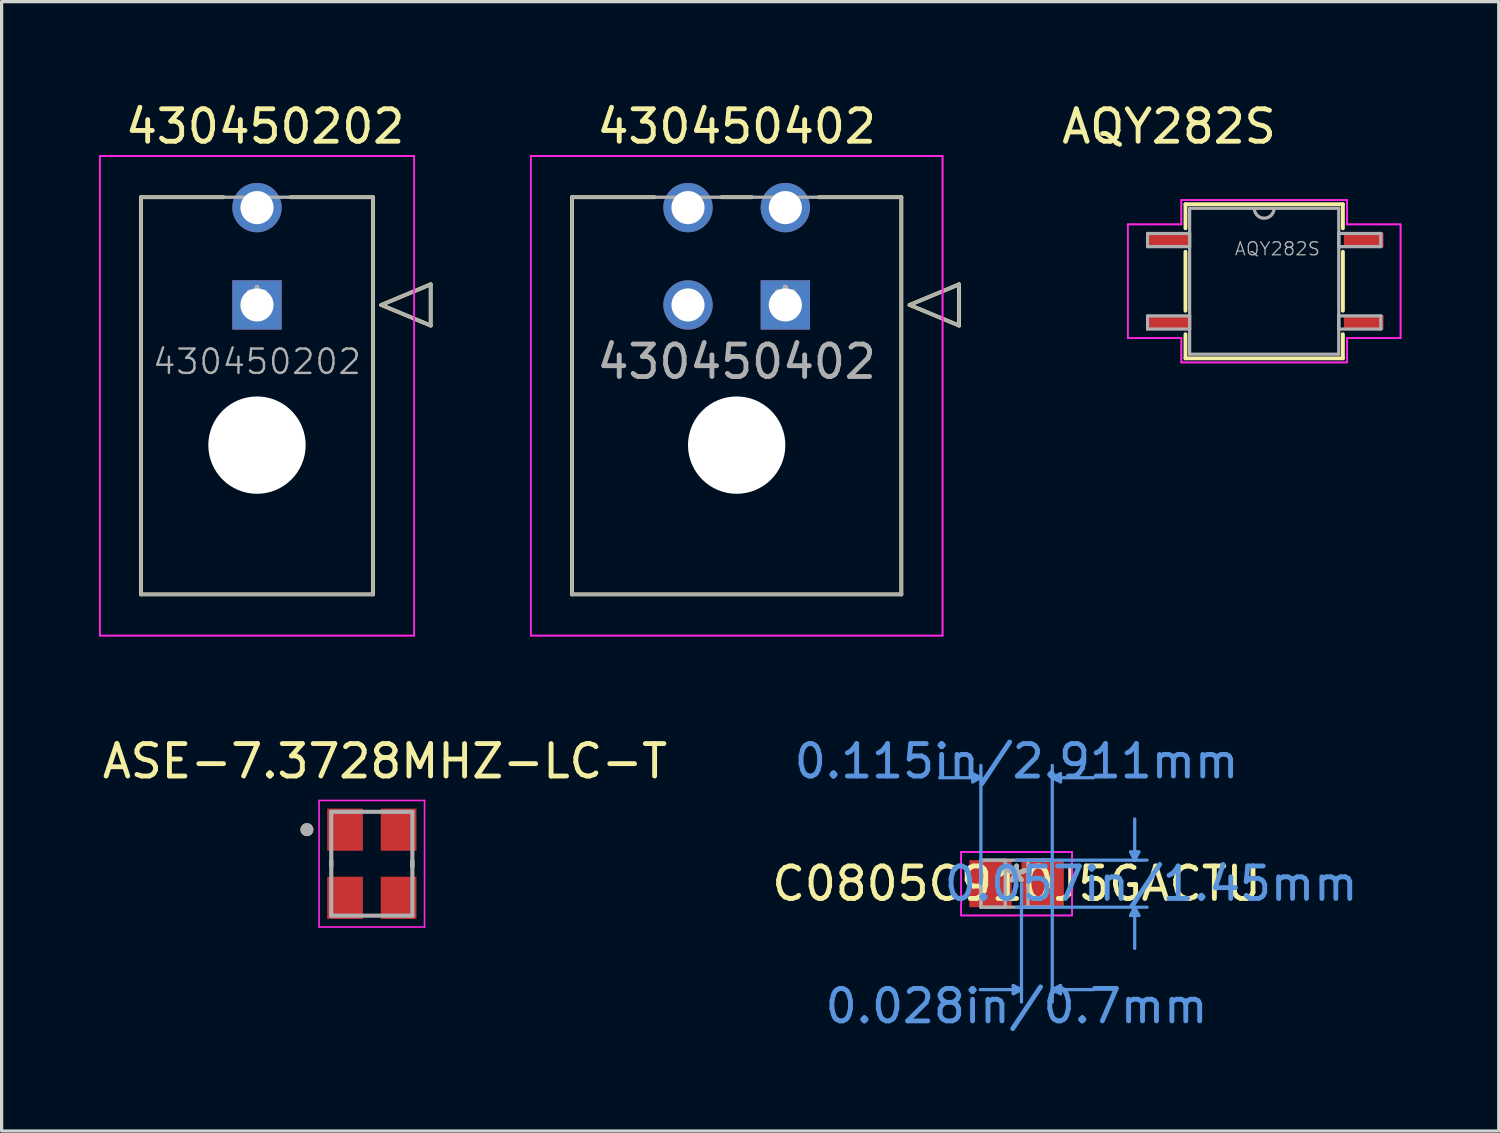
<source format=kicad_pcb>
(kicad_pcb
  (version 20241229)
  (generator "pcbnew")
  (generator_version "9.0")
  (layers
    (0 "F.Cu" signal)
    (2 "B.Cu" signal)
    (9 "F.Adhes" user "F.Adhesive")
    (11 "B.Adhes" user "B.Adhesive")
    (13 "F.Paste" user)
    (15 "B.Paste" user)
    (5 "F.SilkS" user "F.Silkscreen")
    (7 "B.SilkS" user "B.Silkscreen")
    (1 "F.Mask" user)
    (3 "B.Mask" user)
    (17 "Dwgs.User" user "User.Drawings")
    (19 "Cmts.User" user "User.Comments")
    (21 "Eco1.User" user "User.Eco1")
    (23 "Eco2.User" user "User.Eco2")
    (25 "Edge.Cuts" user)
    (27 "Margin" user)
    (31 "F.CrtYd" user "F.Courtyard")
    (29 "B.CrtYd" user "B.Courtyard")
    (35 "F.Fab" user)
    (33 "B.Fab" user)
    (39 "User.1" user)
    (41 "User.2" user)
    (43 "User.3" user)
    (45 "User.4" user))
  (footprint "AQY282S"
    (layer "F.Cu")
    (at 32.977 4.348)
    (property "Reference" "AQY282S" (at 0 -3.5 0) (layer "F.SilkS") (effects (font (size 1 1) (thickness 0.15))))
    (attr through_hole)
    (fp_line (start 0.508 -1.105) (end 0.508 -0.362) (stroke (width 0.12) (type solid)) (layer "F.SilkS"))
    (fp_line (start 0.508 0.362) (end 0.508 2.178) (stroke (width 0.12) (type solid)) (layer "F.SilkS"))
    (fp_line (start 0.508 2.902) (end 0.508 3.645) (stroke (width 0.12) (type solid)) (layer "F.SilkS"))
    (fp_line (start 0.508 3.645) (end 5.359 3.645) (stroke (width 0.12) (type solid)) (layer "F.SilkS"))
    (fp_line (start 5.359 -1.105) (end 0.508 -1.105) (stroke (width 0.12) (type solid)) (layer "F.SilkS"))
    (fp_line (start 5.359 -0.362) (end 5.359 -1.105) (stroke (width 0.12) (type solid)) (layer "F.SilkS"))
    (fp_line (start 5.359 2.178) (end 5.359 0.362) (stroke (width 0.12) (type solid)) (layer "F.SilkS"))
    (fp_line (start 5.359 3.645) (end 5.359 2.902) (stroke (width 0.12) (type solid)) (layer "F.SilkS"))
    (fp_line (start -1.27 -0.483) (end 0.381 -0.483) (stroke (width 0.05) (type solid)) (layer "F.CrtYd"))
    (fp_line (start -1.27 -0.483) (end 0.381 -0.483) (stroke (width 0.05) (type solid)) (layer "F.CrtYd"))
    (fp_line (start -1.27 3.023) (end -1.27 -0.483) (stroke (width 0.05) (type solid)) (layer "F.CrtYd"))
    (fp_line (start -1.27 3.023) (end -1.27 -0.483) (stroke (width 0.05) (type solid)) (layer "F.CrtYd"))
    (fp_line (start -1.27 3.023) (end 0.381 3.023) (stroke (width 0.05) (type solid)) (layer "F.CrtYd"))
    (fp_line (start 0.381 -1.232) (end 5.486 -1.232) (stroke (width 0.05) (type solid)) (layer "F.CrtYd"))
    (fp_line (start 0.381 -1.232) (end 5.486 -1.232) (stroke (width 0.05) (type solid)) (layer "F.CrtYd"))
    (fp_line (start 0.381 -0.483) (end 0.381 -1.232) (stroke (width 0.05) (type solid)) (layer "F.CrtYd"))
    (fp_line (start 0.381 -0.483) (end 0.381 -1.232) (stroke (width 0.05) (type solid)) (layer "F.CrtYd"))
    (fp_line (start 0.381 3.023) (end -1.27 3.023) (stroke (width 0.05) (type solid)) (layer "F.CrtYd"))
    (fp_line (start 0.381 3.772) (end 0.381 3.023) (stroke (width 0.05) (type solid)) (layer "F.CrtYd"))
    (fp_line (start 0.381 3.772) (end 0.381 3.023) (stroke (width 0.05) (type solid)) (layer "F.CrtYd"))
    (fp_line (start 5.486 -1.232) (end 5.486 -0.483) (stroke (width 0.05) (type solid)) (layer "F.CrtYd"))
    (fp_line (start 5.486 -1.232) (end 5.486 -0.483) (stroke (width 0.05) (type solid)) (layer "F.CrtYd"))
    (fp_line (start 5.486 -0.483) (end 7.137 -0.483) (stroke (width 0.05) (type solid)) (layer "F.CrtYd"))
    (fp_line (start 5.486 3.023) (end 5.486 3.772) (stroke (width 0.05) (type solid)) (layer "F.CrtYd"))
    (fp_line (start 5.486 3.023) (end 5.486 3.772) (stroke (width 0.05) (type solid)) (layer "F.CrtYd"))
    (fp_line (start 5.486 3.772) (end 0.381 3.772) (stroke (width 0.05) (type solid)) (layer "F.CrtYd"))
    (fp_line (start 5.486 3.772) (end 0.381 3.772) (stroke (width 0.05) (type solid)) (layer "F.CrtYd"))
    (fp_line (start 7.137 -0.483) (end 5.486 -0.483) (stroke (width 0.05) (type solid)) (layer "F.CrtYd"))
    (fp_line (start 7.137 -0.483) (end 7.137 3.023) (stroke (width 0.05) (type solid)) (layer "F.CrtYd"))
    (fp_line (start 7.137 -0.483) (end 7.137 3.023) (stroke (width 0.05) (type solid)) (layer "F.CrtYd"))
    (fp_line (start 7.137 3.023) (end 5.486 3.023) (stroke (width 0.05) (type solid)) (layer "F.CrtYd"))
    (fp_line (start 7.137 3.023) (end 5.486 3.023) (stroke (width 0.05) (type solid)) (layer "F.CrtYd"))
    (fp_line (start -0.66 -0.203) (end -0.66 0.203) (stroke (width 0.1) (type solid)) (layer "F.Fab"))
    (fp_line (start -0.66 0.203) (end 0.635 0.203) (stroke (width 0.1) (type solid)) (layer "F.Fab"))
    (fp_line (start -0.66 2.337) (end -0.66 2.743) (stroke (width 0.1) (type solid)) (layer "F.Fab"))
    (fp_line (start -0.66 2.743) (end 0.635 2.743) (stroke (width 0.1) (type solid)) (layer "F.Fab"))
    (fp_line (start 0.635 -0.978) (end 0.635 3.518) (stroke (width 0.1) (type solid)) (layer "F.Fab"))
    (fp_line (start 0.635 -0.203) (end -0.66 -0.203) (stroke (width 0.1) (type solid)) (layer "F.Fab"))
    (fp_line (start 0.635 0.203) (end 0.635 -0.203) (stroke (width 0.1) (type solid)) (layer "F.Fab"))
    (fp_line (start 0.635 2.337) (end -0.66 2.337) (stroke (width 0.1) (type solid)) (layer "F.Fab"))
    (fp_line (start 0.635 2.743) (end 0.635 2.337) (stroke (width 0.1) (type solid)) (layer "F.Fab"))
    (fp_line (start 0.635 3.518) (end 5.232 3.518) (stroke (width 0.1) (type solid)) (layer "F.Fab"))
    (fp_line (start 5.232 -0.978) (end 0.635 -0.978) (stroke (width 0.1) (type solid)) (layer "F.Fab"))
    (fp_line (start 5.232 -0.203) (end 5.232 0.203) (stroke (width 0.1) (type solid)) (layer "F.Fab"))
    (fp_line (start 5.232 0.203) (end 6.528 0.203) (stroke (width 0.1) (type solid)) (layer "F.Fab"))
    (fp_line (start 5.232 2.337) (end 5.232 2.743) (stroke (width 0.1) (type solid)) (layer "F.Fab"))
    (fp_line (start 5.232 2.743) (end 6.528 2.743) (stroke (width 0.1) (type solid)) (layer "F.Fab"))
    (fp_line (start 5.232 3.518) (end 5.232 -0.978) (stroke (width 0.1) (type solid)) (layer "F.Fab"))
    (fp_line (start 6.528 -0.203) (end 5.232 -0.203) (stroke (width 0.1) (type solid)) (layer "F.Fab"))
    (fp_line (start 6.528 0.203) (end 6.528 -0.203) (stroke (width 0.1) (type solid)) (layer "F.Fab"))
    (fp_line (start 6.528 2.337) (end 5.232 2.337) (stroke (width 0.1) (type solid)) (layer "F.Fab"))
    (fp_line (start 6.528 2.743) (end 6.528 2.337) (stroke (width 0.1) (type solid)) (layer "F.Fab"))
    (fp_arc (start 3.2385 -0.9779) (mid 2.9337 -0.6731) (end 2.6289 -0.9779) (stroke (width 0.1) (type solid)) (layer "F.Fab"))
    (fp_text user "${REFERENCE}" (at 3.34 0.27 0) (layer "F.Fab") (effects (font (size 0.4 0.4) (thickness 0.04))))
    (pad "1" smd rect (at 0 0) (size 1.219 0.457) (layers "F.Cu" "F.Mask" "F.Paste"))
    (pad "2" smd rect (at 0 2.54) (size 1.219 0.457) (layers "F.Cu" "F.Mask" "F.Paste"))
    (pad "3" smd rect (at 6 2.54) (size 1.219 0.457) (layers "F.Cu" "F.Mask" "F.Paste"))
    (pad "4" smd rect (at 6 0) (size 1.219 0.457) (layers "F.Cu" "F.Mask" "F.Paste")))
  (footprint "ASE-7.3728MHZ-LC-T"
    (layer "F.Cu")
    (at 8.409 23.569)
    (property "Reference" "ASE-7.3728MHZ-LC-T" (at 0.406 -3.158 0) (layer "F.SilkS") (effects (font (size 1 1) (thickness 0.15))))
    (attr through_hole)
    (fp_line (start -1.25 -0.08) (end -1.25 0.08) (stroke (width 0.127) (type solid)) (layer "F.SilkS"))
    (fp_line (start 1.25 0.08) (end 1.25 -0.08) (stroke (width 0.127) (type solid)) (layer "F.SilkS"))
    (fp_circle (center -2 -1.05) (end -1.9 -1.05) (stroke (width 0.2) (type solid)) (fill no) (layer "F.SilkS"))
    (fp_line (start -1.625 -1.95) (end 1.625 -1.95) (stroke (width 0.05) (type solid)) (layer "F.CrtYd"))
    (fp_line (start -1.625 1.95) (end -1.625 -1.95) (stroke (width 0.05) (type solid)) (layer "F.CrtYd"))
    (fp_line (start 1.625 -1.95) (end 1.625 1.95) (stroke (width 0.05) (type solid)) (layer "F.CrtYd"))
    (fp_line (start 1.625 1.95) (end -1.625 1.95) (stroke (width 0.05) (type solid)) (layer "F.CrtYd"))
    (fp_line (start -1.25 -1.6) (end 1.25 -1.6) (stroke (width 0.127) (type solid)) (layer "F.Fab"))
    (fp_line (start -1.25 1.6) (end -1.25 -1.6) (stroke (width 0.127) (type solid)) (layer "F.Fab"))
    (fp_line (start 1.25 -1.6) (end 1.25 1.6) (stroke (width 0.127) (type solid)) (layer "F.Fab"))
    (fp_line (start 1.25 1.6) (end -1.25 1.6) (stroke (width 0.127) (type solid)) (layer "F.Fab"))
    (fp_circle (center -2 -1.05) (end -1.9 -1.05) (stroke (width 0.2) (type solid)) (fill no) (layer "F.Fab"))
    (pad "1" smd rect (at -0.825 -1.05) (size 1.1 1.3) (layers "F.Cu" "F.Mask" "F.Paste"))
    (pad "2" smd rect (at -0.825 1.05) (size 1.1 1.3) (layers "F.Cu" "F.Mask" "F.Paste"))
    (pad "3" smd rect (at 0.825 1.05) (size 1.1 1.3) (layers "F.Cu" "F.Mask" "F.Paste"))
    (pad "4" smd rect (at 0.825 -1.05) (size 1.1 1.3) (layers "F.Cu" "F.Mask" "F.Paste")))
  (footprint "430450402"
    (layer "F.Cu")
    (at 21.153 6.348)
    (property "Reference" "430450402" (at -1.5 -5.5 0) (layer "F.SilkS") (effects (font (size 1 1) (thickness 0.15))))
    (attr through_hole)
    (fp_line (start -6.575 -3.32) (end -6.575 8.92) (stroke (width 0.12) (type solid)) (layer "F.SilkS"))
    (fp_line (start -6.575 8.92) (end 3.575 8.92) (stroke (width 0.12) (type solid)) (layer "F.SilkS"))
    (fp_line (start -4.032 -3.32) (end -6.575 -3.32) (stroke (width 0.12) (type solid)) (layer "F.SilkS"))
    (fp_line (start -1.032 -3.32) (end -1.968 -3.32) (stroke (width 0.12) (type solid)) (layer "F.SilkS"))
    (fp_line (start 3.575 -3.32) (end 1.032 -3.32) (stroke (width 0.12) (type solid)) (layer "F.SilkS"))
    (fp_line (start 3.575 8.92) (end 3.575 -3.32) (stroke (width 0.12) (type solid)) (layer "F.SilkS"))
    (fp_line (start 3.829 0) (end 5.353 -0.635) (stroke (width 0.12) (type solid)) (layer "F.SilkS"))
    (fp_line (start 5.353 -0.635) (end 5.353 0.635) (stroke (width 0.12) (type solid)) (layer "F.SilkS"))
    (fp_line (start 5.353 0.635) (end 3.829 0) (stroke (width 0.12) (type solid)) (layer "F.SilkS"))
    (fp_line (start -7.845 -4.59) (end -7.845 10.19) (stroke (width 0.05) (type solid)) (layer "F.CrtYd"))
    (fp_line (start -7.845 -4.59) (end -7.845 10.19) (stroke (width 0.05) (type solid)) (layer "F.CrtYd"))
    (fp_line (start -7.845 10.19) (end 4.845 10.19) (stroke (width 0.05) (type solid)) (layer "F.CrtYd"))
    (fp_line (start -7.845 10.19) (end 4.845 10.19) (stroke (width 0.05) (type solid)) (layer "F.CrtYd"))
    (fp_line (start 4.845 -4.59) (end -7.845 -4.59) (stroke (width 0.05) (type solid)) (layer "F.CrtYd"))
    (fp_line (start 4.845 -4.59) (end -7.845 -4.59) (stroke (width 0.05) (type solid)) (layer "F.CrtYd"))
    (fp_line (start 4.845 10.19) (end 4.845 -4.59) (stroke (width 0.05) (type solid)) (layer "F.CrtYd"))
    (fp_line (start 4.845 10.19) (end 4.845 -4.59) (stroke (width 0.05) (type solid)) (layer "F.CrtYd"))
    (fp_line (start -6.575 -3.32) (end -6.575 8.92) (stroke (width 0.1) (type solid)) (layer "F.Fab"))
    (fp_line (start -6.575 8.92) (end 3.575 8.92) (stroke (width 0.1) (type solid)) (layer "F.Fab"))
    (fp_line (start 3.575 -3.32) (end -6.575 -3.32) (stroke (width 0.1) (type solid)) (layer "F.Fab"))
    (fp_line (start 3.575 8.92) (end 3.575 -3.32) (stroke (width 0.1) (type solid)) (layer "F.Fab"))
    (fp_line (start 3.829 0) (end 5.353 -0.635) (stroke (width 0.1) (type solid)) (layer "F.Fab"))
    (fp_line (start 5.353 -0.635) (end 5.353 0.635) (stroke (width 0.1) (type solid)) (layer "F.Fab"))
    (fp_line (start 5.353 0.635) (end 3.829 0) (stroke (width 0.1) (type solid)) (layer "F.Fab"))
    (fp_text user "*" (at 0 0 0) (layer "F.SilkS") (effects (font (size 1 1) (thickness 0.15))))
    (fp_text user "*" (at 0 0 0) (layer "F.Fab") (effects (font (size 1 1) (thickness 0.15))))
    (fp_text user "${REFERENCE}" (at -1.5 1.75 0) (layer "F.Fab") (effects (font (size 1 1) (thickness 0.15))))
    (pad "" np_thru_hole circle (at -1.5 4.32) (size 3 3) (drill 3) (layers "*.Cu" "*.Mask"))
    (pad "1" thru_hole rect (at 0 0) (size 1.52 1.52) (drill 1.02) (layers "*.Cu" "*.Mask"))
    (pad "2" thru_hole circle (at -3 0) (size 1.52 1.52) (drill 1.02) (layers "*.Cu" "*.Mask"))
    (pad "3" thru_hole circle (at 0 -3) (size 1.52 1.52) (drill 1.02) (layers "*.Cu" "*.Mask"))
    (pad "4" thru_hole circle (at -3 -3) (size 1.52 1.52) (drill 1.02) (layers "*.Cu" "*.Mask")))
  (footprint "430450202"
    (layer "F.Cu")
    (at 4.87 6.348)
    (property "Reference" "430450202" (at 0.25 -5.5 0) (layer "F.SilkS") (effects (font (size 1 1) (thickness 0.15))))
    (attr through_hole)
    (fp_line (start -3.575 -3.32) (end -3.575 8.92) (stroke (width 0.12) (type solid)) (layer "F.SilkS"))
    (fp_line (start -3.575 8.92) (end 3.575 8.92) (stroke (width 0.12) (type solid)) (layer "F.SilkS"))
    (fp_line (start -1.032 -3.32) (end -3.575 -3.32) (stroke (width 0.12) (type solid)) (layer "F.SilkS"))
    (fp_line (start 3.575 -3.32) (end 1.032 -3.32) (stroke (width 0.12) (type solid)) (layer "F.SilkS"))
    (fp_line (start 3.575 8.92) (end 3.575 -3.32) (stroke (width 0.12) (type solid)) (layer "F.SilkS"))
    (fp_line (start 3.829 0) (end 5.353 -0.635) (stroke (width 0.12) (type solid)) (layer "F.SilkS"))
    (fp_line (start 5.353 -0.635) (end 5.353 0.635) (stroke (width 0.12) (type solid)) (layer "F.SilkS"))
    (fp_line (start 5.353 0.635) (end 3.829 0) (stroke (width 0.12) (type solid)) (layer "F.SilkS"))
    (fp_line (start -4.845 -4.59) (end -4.845 10.19) (stroke (width 0.05) (type solid)) (layer "F.CrtYd"))
    (fp_line (start -4.845 -4.59) (end -4.845 10.19) (stroke (width 0.05) (type solid)) (layer "F.CrtYd"))
    (fp_line (start -4.845 10.19) (end 4.845 10.19) (stroke (width 0.05) (type solid)) (layer "F.CrtYd"))
    (fp_line (start -4.845 10.19) (end 4.845 10.19) (stroke (width 0.05) (type solid)) (layer "F.CrtYd"))
    (fp_line (start 4.845 -4.59) (end -4.845 -4.59) (stroke (width 0.05) (type solid)) (layer "F.CrtYd"))
    (fp_line (start 4.845 -4.59) (end -4.845 -4.59) (stroke (width 0.05) (type solid)) (layer "F.CrtYd"))
    (fp_line (start 4.845 10.19) (end 4.845 -4.59) (stroke (width 0.05) (type solid)) (layer "F.CrtYd"))
    (fp_line (start 4.845 10.19) (end 4.845 -4.59) (stroke (width 0.05) (type solid)) (layer "F.CrtYd"))
    (fp_line (start -3.575 -3.32) (end -3.575 8.92) (stroke (width 0.1) (type solid)) (layer "F.Fab"))
    (fp_line (start -3.575 8.92) (end 3.575 8.92) (stroke (width 0.1) (type solid)) (layer "F.Fab"))
    (fp_line (start 3.575 -3.32) (end -3.575 -3.32) (stroke (width 0.1) (type solid)) (layer "F.Fab"))
    (fp_line (start 3.575 8.92) (end 3.575 -3.32) (stroke (width 0.1) (type solid)) (layer "F.Fab"))
    (fp_line (start 3.829 0) (end 5.353 -0.635) (stroke (width 0.1) (type solid)) (layer "F.Fab"))
    (fp_line (start 5.353 -0.635) (end 5.353 0.635) (stroke (width 0.1) (type solid)) (layer "F.Fab"))
    (fp_line (start 5.353 0.635) (end 3.829 0) (stroke (width 0.1) (type solid)) (layer "F.Fab"))
    (fp_text user "*" (at 0 0 0) (layer "F.Fab") (effects (font (size 1 1) (thickness 0.15))))
    (fp_text user "${REFERENCE}" (at 0 1.75 0) (layer "F.Fab") (effects (font (size 0.75 0.75) (thickness 0.075))))
    (pad "" np_thru_hole circle (at 0 4.32) (size 3 3) (drill 3) (layers "*.Cu" "*.Mask"))
    (pad "1" thru_hole rect (at 0 0) (size 1.52 1.52) (drill 1.02) (layers "*.Cu" "*.Mask"))
    (pad "2" thru_hole circle (at 0 -3) (size 1.52 1.52) (drill 1.02) (layers "*.Cu" "*.Mask")))
  (footprint "C0805C910J5GACTU"
    (layer "F.Cu")
    (at 28.28 24.184)
    (property "Reference" "C0805C910J5GACTU" (at 0 0 0) (layer "F.SilkS") (effects (font (size 1 1) (thickness 0.15))))
    (attr through_hole)
    (fp_line (start -1.354 -3.392) (end -1.354 -3.138) (stroke (width 0.1) (type solid)) (layer "Cmts.User"))
    (fp_line (start -1.1 -3.265) (end -2.37 -3.265) (stroke (width 0.1) (type solid)) (layer "Cmts.User"))
    (fp_line (start -1.1 -3.265) (end -1.354 -3.392) (stroke (width 0.1) (type solid)) (layer "Cmts.User"))
    (fp_line (start -1.1 -3.265) (end -1.354 -3.138) (stroke (width 0.1) (type solid)) (layer "Cmts.User"))
    (fp_line (start -1.1 0) (end -1.1 -3.646) (stroke (width 0.1) (type solid)) (layer "Cmts.User"))
    (fp_line (start -0.104 3.138) (end -0.104 3.392) (stroke (width 0.1) (type solid)) (layer "Cmts.User"))
    (fp_line (start 0 -0.725) (end 4.021 -0.725) (stroke (width 0.1) (type solid)) (layer "Cmts.User"))
    (fp_line (start 0 0.725) (end 4.021 0.725) (stroke (width 0.1) (type solid)) (layer "Cmts.User"))
    (fp_line (start 0.15 0) (end 0.15 3.646) (stroke (width 0.1) (type solid)) (layer "Cmts.User"))
    (fp_line (start 0.15 3.265) (end -1.12 3.265) (stroke (width 0.1) (type solid)) (layer "Cmts.User"))
    (fp_line (start 0.15 3.265) (end -0.104 3.138) (stroke (width 0.1) (type solid)) (layer "Cmts.User"))
    (fp_line (start 0.15 3.265) (end -0.104 3.392) (stroke (width 0.1) (type solid)) (layer "Cmts.User"))
    (fp_line (start 1.1 -3.265) (end 1.354 -3.392) (stroke (width 0.1) (type solid)) (layer "Cmts.User"))
    (fp_line (start 1.1 -3.265) (end 1.354 -3.138) (stroke (width 0.1) (type solid)) (layer "Cmts.User"))
    (fp_line (start 1.1 -3.265) (end 2.37 -3.265) (stroke (width 0.1) (type solid)) (layer "Cmts.User"))
    (fp_line (start 1.1 0) (end 1.1 -3.646) (stroke (width 0.1) (type solid)) (layer "Cmts.User"))
    (fp_line (start 1.1 0) (end 1.1 3.646) (stroke (width 0.1) (type solid)) (layer "Cmts.User"))
    (fp_line (start 1.1 3.265) (end 1.354 3.138) (stroke (width 0.1) (type solid)) (layer "Cmts.User"))
    (fp_line (start 1.1 3.265) (end 1.354 3.392) (stroke (width 0.1) (type solid)) (layer "Cmts.User"))
    (fp_line (start 1.1 3.265) (end 2.37 3.265) (stroke (width 0.1) (type solid)) (layer "Cmts.User"))
    (fp_line (start 1.354 -3.392) (end 1.354 -3.138) (stroke (width 0.1) (type solid)) (layer "Cmts.User"))
    (fp_line (start 1.354 3.138) (end 1.354 3.392) (stroke (width 0.1) (type solid)) (layer "Cmts.User"))
    (fp_line (start 3.513 -0.979) (end 3.767 -0.979) (stroke (width 0.1) (type solid)) (layer "Cmts.User"))
    (fp_line (start 3.513 0.979) (end 3.767 0.979) (stroke (width 0.1) (type solid)) (layer "Cmts.User"))
    (fp_line (start 3.64 -0.725) (end 3.513 -0.979) (stroke (width 0.1) (type solid)) (layer "Cmts.User"))
    (fp_line (start 3.64 -0.725) (end 3.64 -1.995) (stroke (width 0.1) (type solid)) (layer "Cmts.User"))
    (fp_line (start 3.64 -0.725) (end 3.767 -0.979) (stroke (width 0.1) (type solid)) (layer "Cmts.User"))
    (fp_line (start 3.64 0.725) (end 3.513 0.979) (stroke (width 0.1) (type solid)) (layer "Cmts.User"))
    (fp_line (start 3.64 0.725) (end 3.64 1.995) (stroke (width 0.1) (type solid)) (layer "Cmts.User"))
    (fp_line (start 3.64 0.725) (end 3.767 0.979) (stroke (width 0.1) (type solid)) (layer "Cmts.User"))
    (fp_line (start -1.71 -0.979) (end 1.71 -0.979) (stroke (width 0.05) (type solid)) (layer "F.CrtYd"))
    (fp_line (start -1.71 -0.979) (end 1.71 -0.979) (stroke (width 0.05) (type solid)) (layer "F.CrtYd"))
    (fp_line (start -1.71 0.979) (end -1.71 -0.979) (stroke (width 0.05) (type solid)) (layer "F.CrtYd"))
    (fp_line (start -1.71 0.979) (end -1.71 -0.979) (stroke (width 0.05) (type solid)) (layer "F.CrtYd"))
    (fp_line (start 1.71 -0.979) (end 1.71 0.979) (stroke (width 0.05) (type solid)) (layer "F.CrtYd"))
    (fp_line (start 1.71 -0.979) (end 1.71 0.979) (stroke (width 0.05) (type solid)) (layer "F.CrtYd"))
    (fp_line (start 1.71 0.979) (end -1.71 0.979) (stroke (width 0.05) (type solid)) (layer "F.CrtYd"))
    (fp_line (start 1.71 0.979) (end -1.71 0.979) (stroke (width 0.05) (type solid)) (layer "F.CrtYd"))
    (fp_line (start -1.1 -0.725) (end -1.1 0.725) (stroke (width 0.1) (type solid)) (layer "F.Fab"))
    (fp_line (start -1.1 -0.725) (end -1.1 0.725) (stroke (width 0.1) (type solid)) (layer "F.Fab"))
    (fp_line (start -1.1 0.725) (end -0.35 0.725) (stroke (width 0.1) (type solid)) (layer "F.Fab"))
    (fp_line (start -1.1 0.725) (end 1.1 0.725) (stroke (width 0.1) (type solid)) (layer "F.Fab"))
    (fp_line (start -0.35 -0.725) (end -1.1 -0.725) (stroke (width 0.1) (type solid)) (layer "F.Fab"))
    (fp_line (start -0.35 0.725) (end -0.35 -0.725) (stroke (width 0.1) (type solid)) (layer "F.Fab"))
    (fp_line (start 0.35 -0.725) (end 0.35 0.725) (stroke (width 0.1) (type solid)) (layer "F.Fab"))
    (fp_line (start 0.35 0.725) (end 1.1 0.725) (stroke (width 0.1) (type solid)) (layer "F.Fab"))
    (fp_line (start 1.1 -0.725) (end -1.1 -0.725) (stroke (width 0.1) (type solid)) (layer "F.Fab"))
    (fp_line (start 1.1 -0.725) (end 0.35 -0.725) (stroke (width 0.1) (type solid)) (layer "F.Fab"))
    (fp_line (start 1.1 0.725) (end 1.1 -0.725) (stroke (width 0.1) (type solid)) (layer "F.Fab"))
    (fp_line (start 1.1 0.725) (end 1.1 -0.725) (stroke (width 0.1) (type solid)) (layer "F.Fab"))
    (fp_text user "*" (at 0 0 0) (layer "F.SilkS") (effects (font (size 1 1) (thickness 0.15))))
    (fp_text user "0.115in/2.911mm" (at 0 -3.773 0) (layer "Cmts.User") (effects (font (size 1 1) (thickness 0.15))))
    (fp_text user "0.028in/0.7mm" (at 0 3.773 0) (layer "Cmts.User") (effects (font (size 1 1) (thickness 0.15))))
    (fp_text user "0.057in/1.45mm" (at 4.148 0 0) (layer "Cmts.User") (effects (font (size 1 1) (thickness 0.15))))
    (fp_text user "*" (at 0 0 0) (layer "F.Fab") (effects (font (size 1 1) (thickness 0.15))))
    (pad "1" smd rect (at -0.803 0) (size 1.306 1.45) (layers "F.Cu" "F.Mask" "F.Paste"))
    (pad "2" smd rect (at 0.803 0) (size 1.306 1.45) (layers "F.Cu" "F.Mask" "F.Paste")))
  (gr_rect
    (start -3 -3)
    (end 43.139 31.806)
    (stroke (width 0.1) (type default))
    (fill no)
    (layer "Edge.Cuts")))
</source>
